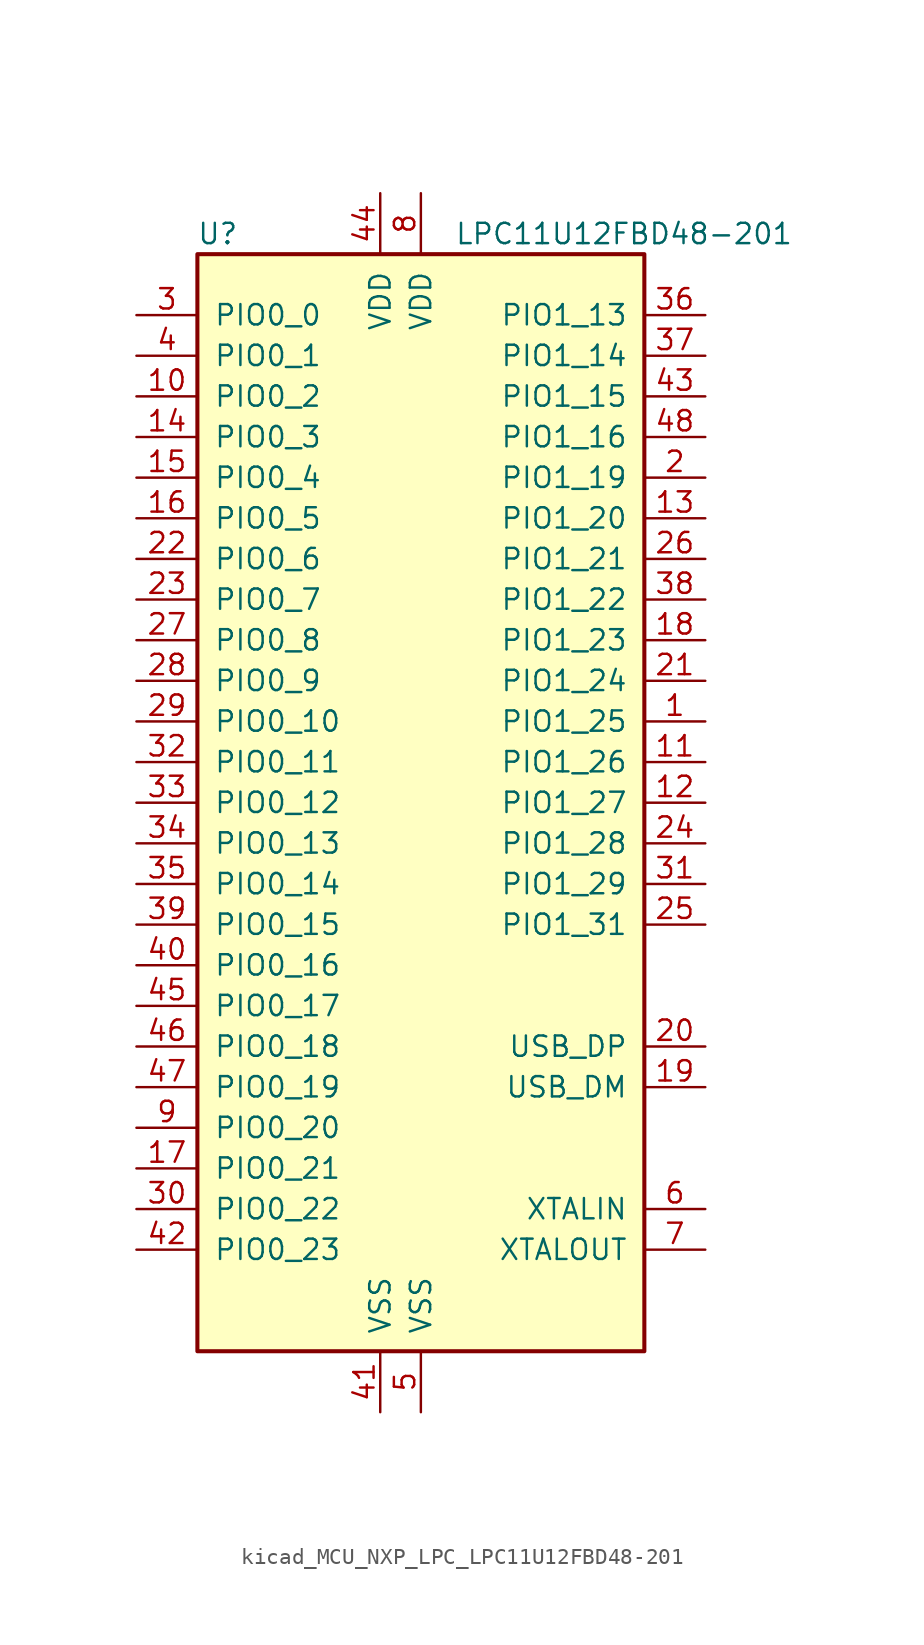
<source format=kicad_sym>
(kicad_symbol_lib
  (version 20220914)
  (generator kicad_symbol_editor)
  (symbol "kicad_MCU_NXP_LPC_LPC11U12FBD48-201"
    (pin_names
      (offset 1.016))
    (property "Reference" "U"
      (at -12.7 35.56 0)
      (effects (font (size 1.27 1.27))))
    (property "Value" "LPC11U12FBD48-201"
      (at 12.7 35.56 0)
      (effects (font (size 1.27 1.27))))
    (symbol "kicad_MCU_NXP_LPC_LPC11U12FBD48-201_0_1"
      (rectangle (start -13.97 34.29) (end 13.97 -34.29) (stroke (width 0.254) (type default)) (fill (type background))))
    (symbol "kicad_MCU_NXP_LPC_LPC11U12FBD48-201_1_1"
      (pin bidirectional line (at 17.78 5.08 180) (length 3.81) (name "PIO1_25" (effects (font (size 1.27 1.27)))) (number "1" (effects (font (size 1.27 1.27)))))
      (pin bidirectional line (at -17.78 25.4 0) (length 3.81) (name "PIO0_2" (effects (font (size 1.27 1.27)))) (number "10" (effects (font (size 1.27 1.27)))))
      (pin bidirectional line (at 17.78 2.54 180) (length 3.81) (name "PIO1_26" (effects (font (size 1.27 1.27)))) (number "11" (effects (font (size 1.27 1.27)))))
      (pin bidirectional line (at 17.78 0 180) (length 3.81) (name "PIO1_27" (effects (font (size 1.27 1.27)))) (number "12" (effects (font (size 1.27 1.27)))))
      (pin bidirectional line (at 17.78 17.78 180) (length 3.81) (name "PIO1_20" (effects (font (size 1.27 1.27)))) (number "13" (effects (font (size 1.27 1.27)))))
      (pin bidirectional line (at -17.78 22.86 0) (length 3.81) (name "PIO0_3" (effects (font (size 1.27 1.27)))) (number "14" (effects (font (size 1.27 1.27)))))
      (pin bidirectional line (at -17.78 20.32 0) (length 3.81) (name "PIO0_4" (effects (font (size 1.27 1.27)))) (number "15" (effects (font (size 1.27 1.27)))))
      (pin bidirectional line (at -17.78 17.78 0) (length 3.81) (name "PIO0_5" (effects (font (size 1.27 1.27)))) (number "16" (effects (font (size 1.27 1.27)))))
      (pin bidirectional line (at -17.78 -22.86 0) (length 3.81) (name "PIO0_21" (effects (font (size 1.27 1.27)))) (number "17" (effects (font (size 1.27 1.27)))))
      (pin bidirectional line (at 17.78 10.16 180) (length 3.81) (name "PIO1_23" (effects (font (size 1.27 1.27)))) (number "18" (effects (font (size 1.27 1.27)))))
      (pin bidirectional line (at 17.78 -17.78 180) (length 3.81) (name "USB_DM" (effects (font (size 1.27 1.27)))) (number "19" (effects (font (size 1.27 1.27)))))
      (pin bidirectional line (at 17.78 20.32 180) (length 3.81) (name "PIO1_19" (effects (font (size 1.27 1.27)))) (number "2" (effects (font (size 1.27 1.27)))))
      (pin bidirectional line (at 17.78 -15.24 180) (length 3.81) (name "USB_DP" (effects (font (size 1.27 1.27)))) (number "20" (effects (font (size 1.27 1.27)))))
      (pin bidirectional line (at 17.78 7.62 180) (length 3.81) (name "PIO1_24" (effects (font (size 1.27 1.27)))) (number "21" (effects (font (size 1.27 1.27)))))
      (pin bidirectional line (at -17.78 15.24 0) (length 3.81) (name "PIO0_6" (effects (font (size 1.27 1.27)))) (number "22" (effects (font (size 1.27 1.27)))))
      (pin bidirectional line (at -17.78 12.7 0) (length 3.81) (name "PIO0_7" (effects (font (size 1.27 1.27)))) (number "23" (effects (font (size 1.27 1.27)))))
      (pin bidirectional line (at 17.78 -2.54 180) (length 3.81) (name "PIO1_28" (effects (font (size 1.27 1.27)))) (number "24" (effects (font (size 1.27 1.27)))))
      (pin bidirectional line (at 17.78 -7.62 180) (length 3.81) (name "PIO1_31" (effects (font (size 1.27 1.27)))) (number "25" (effects (font (size 1.27 1.27)))))
      (pin bidirectional line (at 17.78 15.24 180) (length 3.81) (name "PIO1_21" (effects (font (size 1.27 1.27)))) (number "26" (effects (font (size 1.27 1.27)))))
      (pin bidirectional line (at -17.78 10.16 0) (length 3.81) (name "PIO0_8" (effects (font (size 1.27 1.27)))) (number "27" (effects (font (size 1.27 1.27)))))
      (pin bidirectional line (at -17.78 7.62 0) (length 3.81) (name "PIO0_9" (effects (font (size 1.27 1.27)))) (number "28" (effects (font (size 1.27 1.27)))))
      (pin bidirectional line (at -17.78 5.08 0) (length 3.81) (name "PIO0_10" (effects (font (size 1.27 1.27)))) (number "29" (effects (font (size 1.27 1.27)))))
      (pin bidirectional line (at -17.78 30.48 0) (length 3.81) (name "PIO0_0" (effects (font (size 1.27 1.27)))) (number "3" (effects (font (size 1.27 1.27)))))
      (pin bidirectional line (at -17.78 -25.4 0) (length 3.81) (name "PIO0_22" (effects (font (size 1.27 1.27)))) (number "30" (effects (font (size 1.27 1.27)))))
      (pin bidirectional line (at 17.78 -5.08 180) (length 3.81) (name "PIO1_29" (effects (font (size 1.27 1.27)))) (number "31" (effects (font (size 1.27 1.27)))))
      (pin bidirectional line (at -17.78 2.54 0) (length 3.81) (name "PIO0_11" (effects (font (size 1.27 1.27)))) (number "32" (effects (font (size 1.27 1.27)))))
      (pin bidirectional line (at -17.78 0 0) (length 3.81) (name "PIO0_12" (effects (font (size 1.27 1.27)))) (number "33" (effects (font (size 1.27 1.27)))))
      (pin bidirectional line (at -17.78 -2.54 0) (length 3.81) (name "PIO0_13" (effects (font (size 1.27 1.27)))) (number "34" (effects (font (size 1.27 1.27)))))
      (pin bidirectional line (at -17.78 -5.08 0) (length 3.81) (name "PIO0_14" (effects (font (size 1.27 1.27)))) (number "35" (effects (font (size 1.27 1.27)))))
      (pin bidirectional line (at 17.78 30.48 180) (length 3.81) (name "PIO1_13" (effects (font (size 1.27 1.27)))) (number "36" (effects (font (size 1.27 1.27)))))
      (pin bidirectional line (at 17.78 27.94 180) (length 3.81) (name "PIO1_14" (effects (font (size 1.27 1.27)))) (number "37" (effects (font (size 1.27 1.27)))))
      (pin bidirectional line (at 17.78 12.7 180) (length 3.81) (name "PIO1_22" (effects (font (size 1.27 1.27)))) (number "38" (effects (font (size 1.27 1.27)))))
      (pin bidirectional line (at -17.78 -7.62 0) (length 3.81) (name "PIO0_15" (effects (font (size 1.27 1.27)))) (number "39" (effects (font (size 1.27 1.27)))))
      (pin bidirectional line (at -17.78 27.94 0) (length 3.81) (name "PIO0_1" (effects (font (size 1.27 1.27)))) (number "4" (effects (font (size 1.27 1.27)))))
      (pin bidirectional line (at -17.78 -10.16 0) (length 3.81) (name "PIO0_16" (effects (font (size 1.27 1.27)))) (number "40" (effects (font (size 1.27 1.27)))))
      (pin power_in line (at -2.54 -38.1 90) (length 3.81) (name "VSS" (effects (font (size 1.27 1.27)))) (number "41" (effects (font (size 1.27 1.27)))))
      (pin bidirectional line (at -17.78 -27.94 0) (length 3.81) (name "PIO0_23" (effects (font (size 1.27 1.27)))) (number "42" (effects (font (size 1.27 1.27)))))
      (pin bidirectional line (at 17.78 25.4 180) (length 3.81) (name "PIO1_15" (effects (font (size 1.27 1.27)))) (number "43" (effects (font (size 1.27 1.27)))))
      (pin power_in line (at -2.54 38.1 270) (length 3.81) (name "VDD" (effects (font (size 1.27 1.27)))) (number "44" (effects (font (size 1.27 1.27)))))
      (pin bidirectional line (at -17.78 -12.7 0) (length 3.81) (name "PIO0_17" (effects (font (size 1.27 1.27)))) (number "45" (effects (font (size 1.27 1.27)))))
      (pin bidirectional line (at -17.78 -15.24 0) (length 3.81) (name "PIO0_18" (effects (font (size 1.27 1.27)))) (number "46" (effects (font (size 1.27 1.27)))))
      (pin bidirectional line (at -17.78 -17.78 0) (length 3.81) (name "PIO0_19" (effects (font (size 1.27 1.27)))) (number "47" (effects (font (size 1.27 1.27)))))
      (pin bidirectional line (at 17.78 22.86 180) (length 3.81) (name "PIO1_16" (effects (font (size 1.27 1.27)))) (number "48" (effects (font (size 1.27 1.27)))))
      (pin power_in line (at 0 -38.1 90) (length 3.81) (name "VSS" (effects (font (size 1.27 1.27)))) (number "5" (effects (font (size 1.27 1.27)))))
      (pin input line (at 17.78 -25.4 180) (length 3.81) (name "XTALIN" (effects (font (size 1.27 1.27)))) (number "6" (effects (font (size 1.27 1.27)))))
      (pin output line (at 17.78 -27.94 180) (length 3.81) (name "XTALOUT" (effects (font (size 1.27 1.27)))) (number "7" (effects (font (size 1.27 1.27)))))
      (pin power_in line (at 0 38.1 270) (length 3.81) (name "VDD" (effects (font (size 1.27 1.27)))) (number "8" (effects (font (size 1.27 1.27)))))
      (pin bidirectional line (at -17.78 -20.32 0) (length 3.81) (name "PIO0_20" (effects (font (size 1.27 1.27)))) (number "9" (effects (font (size 1.27 1.27))))))))
</source>
